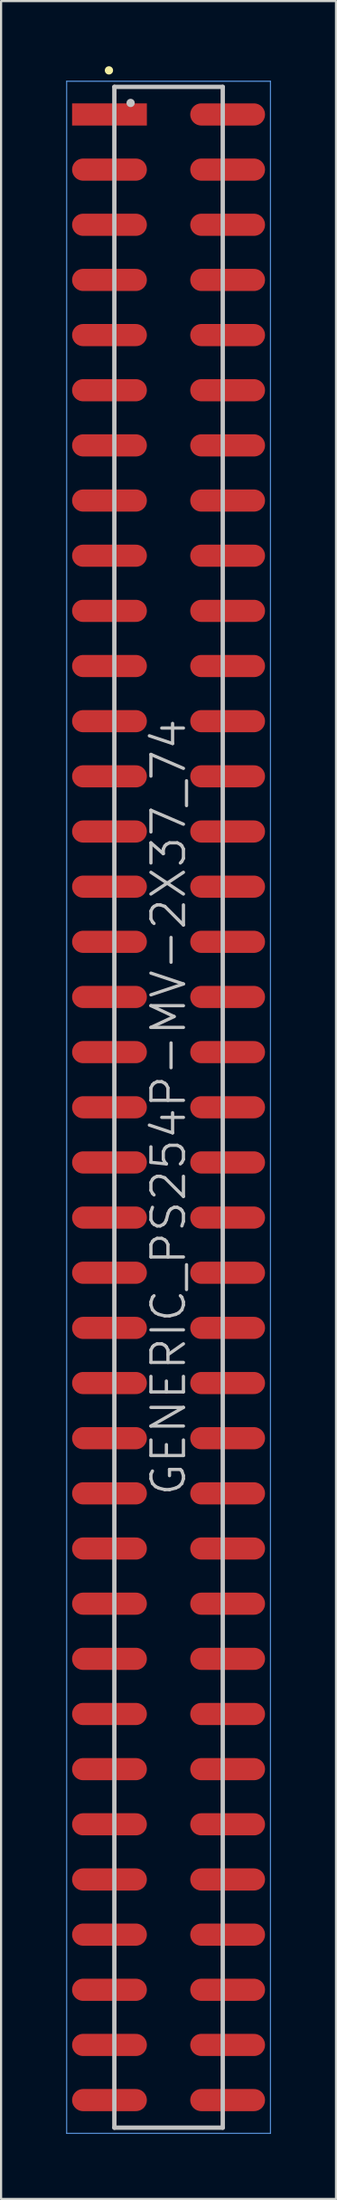
<source format=kicad_pcb>
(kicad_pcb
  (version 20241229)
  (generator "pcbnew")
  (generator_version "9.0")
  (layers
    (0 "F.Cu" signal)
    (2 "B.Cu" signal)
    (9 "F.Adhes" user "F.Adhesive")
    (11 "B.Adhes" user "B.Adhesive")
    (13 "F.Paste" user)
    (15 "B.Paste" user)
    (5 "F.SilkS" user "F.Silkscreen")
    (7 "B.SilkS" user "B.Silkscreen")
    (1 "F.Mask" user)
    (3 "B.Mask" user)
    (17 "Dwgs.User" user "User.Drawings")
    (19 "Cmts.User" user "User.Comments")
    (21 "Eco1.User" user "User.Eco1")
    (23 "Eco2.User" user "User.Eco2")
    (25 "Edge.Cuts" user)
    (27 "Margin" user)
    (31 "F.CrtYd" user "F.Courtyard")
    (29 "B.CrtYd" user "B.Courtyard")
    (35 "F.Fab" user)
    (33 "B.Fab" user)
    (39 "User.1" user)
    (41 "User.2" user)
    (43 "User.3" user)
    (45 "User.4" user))
  (footprint "GENERIC_PS254P-MV-2X37_74"
    (layer "F.Cu")
    (at 4.725 47.941)
    (property "Reference" "GENERIC_PS254P-MV-2X37_74" (at 0 0 90) (layer "Dwgs.User") (effects (font (size 1.5 1.5) (thickness 0.15))))
    (attr smd)
    (fp_line (start -2.75 -47.75) (end -2.75 -47.75) (stroke (width 0.381) (type solid)) (layer "F.SilkS"))
    (fp_line (start -2.5 -46.99) (end -2.5 46.99) (stroke (width 0.2) (type solid)) (layer "Dwgs.User"))
    (fp_line (start -2.5 -46.99) (end 2.5 -46.99) (stroke (width 0.2) (type solid)) (layer "Dwgs.User"))
    (fp_line (start -2.5 46.99) (end 2.5 46.99) (stroke (width 0.2) (type solid)) (layer "Dwgs.User"))
    (fp_line (start -1.75 -46.25) (end -1.75 -46.25) (stroke (width 0.381) (type solid)) (layer "Dwgs.User"))
    (fp_line (start 2.5 -46.99) (end 2.5 46.99) (stroke (width 0.2) (type solid)) (layer "Dwgs.User"))
    (fp_line (start -4.7 -47.25) (end -4.7 47.25) (stroke (width 0.05) (type solid)) (layer "Cmts.User"))
    (fp_line (start -4.7 -47.25) (end 4.7 -47.25) (stroke (width 0.05) (type solid)) (layer "Cmts.User"))
    (fp_line (start -4.7 47.25) (end 4.7 47.25) (stroke (width 0.05) (type solid)) (layer "Cmts.User"))
    (fp_line (start 4.7 -47.25) (end 4.7 47.25) (stroke (width 0.05) (type solid)) (layer "Cmts.User"))
    (pad "1" smd rect (at -2.725 -45.72 270) (size 1.02 3.45) (layers "F.Cu" "F.Mask" "F.Paste"))
    (pad "2" smd oval (at 2.725 -45.72 270) (size 1.02 3.45) (layers "F.Cu" "F.Mask" "F.Paste"))
    (pad "3" smd oval (at -2.725 -43.18 270) (size 1.02 3.45) (layers "F.Cu" "F.Mask" "F.Paste"))
    (pad "4" smd oval (at 2.725 -43.18 270) (size 1.02 3.45) (layers "F.Cu" "F.Mask" "F.Paste"))
    (pad "5" smd oval (at -2.725 -40.64 270) (size 1.02 3.45) (layers "F.Cu" "F.Mask" "F.Paste"))
    (pad "6" smd oval (at 2.725 -40.64 270) (size 1.02 3.45) (layers "F.Cu" "F.Mask" "F.Paste"))
    (pad "7" smd oval (at -2.725 -38.1 270) (size 1.02 3.45) (layers "F.Cu" "F.Mask" "F.Paste"))
    (pad "8" smd oval (at 2.725 -38.1 270) (size 1.02 3.45) (layers "F.Cu" "F.Mask" "F.Paste"))
    (pad "9" smd oval (at -2.725 -35.56 270) (size 1.02 3.45) (layers "F.Cu" "F.Mask" "F.Paste"))
    (pad "10" smd oval (at 2.725 -35.56 270) (size 1.02 3.45) (layers "F.Cu" "F.Mask" "F.Paste"))
    (pad "11" smd oval (at -2.725 -33.02 270) (size 1.02 3.45) (layers "F.Cu" "F.Mask" "F.Paste"))
    (pad "12" smd oval (at 2.725 -33.02 270) (size 1.02 3.45) (layers "F.Cu" "F.Mask" "F.Paste"))
    (pad "13" smd oval (at -2.725 -30.48 270) (size 1.02 3.45) (layers "F.Cu" "F.Mask" "F.Paste"))
    (pad "14" smd oval (at 2.725 -30.48 270) (size 1.02 3.45) (layers "F.Cu" "F.Mask" "F.Paste"))
    (pad "15" smd oval (at -2.725 -27.94 270) (size 1.02 3.45) (layers "F.Cu" "F.Mask" "F.Paste"))
    (pad "16" smd oval (at 2.725 -27.94 270) (size 1.02 3.45) (layers "F.Cu" "F.Mask" "F.Paste"))
    (pad "17" smd oval (at -2.725 -25.4 270) (size 1.02 3.45) (layers "F.Cu" "F.Mask" "F.Paste"))
    (pad "18" smd oval (at 2.725 -25.4 270) (size 1.02 3.45) (layers "F.Cu" "F.Mask" "F.Paste"))
    (pad "19" smd oval (at -2.725 -22.86 270) (size 1.02 3.45) (layers "F.Cu" "F.Mask" "F.Paste"))
    (pad "20" smd oval (at 2.725 -22.86 270) (size 1.02 3.45) (layers "F.Cu" "F.Mask" "F.Paste"))
    (pad "21" smd oval (at -2.725 -20.32 270) (size 1.02 3.45) (layers "F.Cu" "F.Mask" "F.Paste"))
    (pad "22" smd oval (at 2.725 -20.32 270) (size 1.02 3.45) (layers "F.Cu" "F.Mask" "F.Paste"))
    (pad "23" smd oval (at -2.725 -17.78 270) (size 1.02 3.45) (layers "F.Cu" "F.Mask" "F.Paste"))
    (pad "24" smd oval (at 2.725 -17.78 270) (size 1.02 3.45) (layers "F.Cu" "F.Mask" "F.Paste"))
    (pad "25" smd oval (at -2.725 -15.24 270) (size 1.02 3.45) (layers "F.Cu" "F.Mask" "F.Paste"))
    (pad "26" smd oval (at 2.725 -15.24 270) (size 1.02 3.45) (layers "F.Cu" "F.Mask" "F.Paste"))
    (pad "27" smd oval (at -2.725 -12.7 270) (size 1.02 3.45) (layers "F.Cu" "F.Mask" "F.Paste"))
    (pad "28" smd oval (at 2.725 -12.7 270) (size 1.02 3.45) (layers "F.Cu" "F.Mask" "F.Paste"))
    (pad "29" smd oval (at -2.725 -10.16 270) (size 1.02 3.45) (layers "F.Cu" "F.Mask" "F.Paste"))
    (pad "30" smd oval (at 2.725 -10.16 270) (size 1.02 3.45) (layers "F.Cu" "F.Mask" "F.Paste"))
    (pad "31" smd oval (at -2.725 -7.62 270) (size 1.02 3.45) (layers "F.Cu" "F.Mask" "F.Paste"))
    (pad "32" smd oval (at 2.725 -7.62 270) (size 1.02 3.45) (layers "F.Cu" "F.Mask" "F.Paste"))
    (pad "33" smd oval (at -2.725 -5.08 270) (size 1.02 3.45) (layers "F.Cu" "F.Mask" "F.Paste"))
    (pad "34" smd oval (at 2.725 -5.08 270) (size 1.02 3.45) (layers "F.Cu" "F.Mask" "F.Paste"))
    (pad "35" smd oval (at -2.725 -2.54 270) (size 1.02 3.45) (layers "F.Cu" "F.Mask" "F.Paste"))
    (pad "36" smd oval (at 2.725 -2.54 270) (size 1.02 3.45) (layers "F.Cu" "F.Mask" "F.Paste"))
    (pad "37" smd oval (at -2.725 0 270) (size 1.02 3.45) (layers "F.Cu" "F.Mask" "F.Paste"))
    (pad "38" smd oval (at 2.725 0 270) (size 1.02 3.45) (layers "F.Cu" "F.Mask" "F.Paste"))
    (pad "39" smd oval (at -2.725 2.54 270) (size 1.02 3.45) (layers "F.Cu" "F.Mask" "F.Paste"))
    (pad "40" smd oval (at 2.725 2.54 270) (size 1.02 3.45) (layers "F.Cu" "F.Mask" "F.Paste"))
    (pad "41" smd oval (at -2.725 5.08 270) (size 1.02 3.45) (layers "F.Cu" "F.Mask" "F.Paste"))
    (pad "42" smd oval (at 2.725 5.08 270) (size 1.02 3.45) (layers "F.Cu" "F.Mask" "F.Paste"))
    (pad "43" smd oval (at -2.725 7.62 270) (size 1.02 3.45) (layers "F.Cu" "F.Mask" "F.Paste"))
    (pad "44" smd oval (at 2.725 7.62 270) (size 1.02 3.45) (layers "F.Cu" "F.Mask" "F.Paste"))
    (pad "45" smd oval (at -2.725 10.16 270) (size 1.02 3.45) (layers "F.Cu" "F.Mask" "F.Paste"))
    (pad "46" smd oval (at 2.725 10.16 270) (size 1.02 3.45) (layers "F.Cu" "F.Mask" "F.Paste"))
    (pad "47" smd oval (at -2.725 12.7 270) (size 1.02 3.45) (layers "F.Cu" "F.Mask" "F.Paste"))
    (pad "48" smd oval (at 2.725 12.7 270) (size 1.02 3.45) (layers "F.Cu" "F.Mask" "F.Paste"))
    (pad "49" smd oval (at -2.725 15.24 270) (size 1.02 3.45) (layers "F.Cu" "F.Mask" "F.Paste"))
    (pad "50" smd oval (at 2.725 15.24 270) (size 1.02 3.45) (layers "F.Cu" "F.Mask" "F.Paste"))
    (pad "51" smd oval (at -2.725 17.78 270) (size 1.02 3.45) (layers "F.Cu" "F.Mask" "F.Paste"))
    (pad "52" smd oval (at 2.725 17.78 270) (size 1.02 3.45) (layers "F.Cu" "F.Mask" "F.Paste"))
    (pad "53" smd oval (at -2.725 20.32 270) (size 1.02 3.45) (layers "F.Cu" "F.Mask" "F.Paste"))
    (pad "54" smd oval (at 2.725 20.32 270) (size 1.02 3.45) (layers "F.Cu" "F.Mask" "F.Paste"))
    (pad "55" smd oval (at -2.725 22.86 270) (size 1.02 3.45) (layers "F.Cu" "F.Mask" "F.Paste"))
    (pad "56" smd oval (at 2.725 22.86 270) (size 1.02 3.45) (layers "F.Cu" "F.Mask" "F.Paste"))
    (pad "57" smd oval (at -2.725 25.4 270) (size 1.02 3.45) (layers "F.Cu" "F.Mask" "F.Paste"))
    (pad "58" smd oval (at 2.725 25.4 270) (size 1.02 3.45) (layers "F.Cu" "F.Mask" "F.Paste"))
    (pad "59" smd oval (at -2.725 27.94 270) (size 1.02 3.45) (layers "F.Cu" "F.Mask" "F.Paste"))
    (pad "60" smd oval (at 2.725 27.94 270) (size 1.02 3.45) (layers "F.Cu" "F.Mask" "F.Paste"))
    (pad "61" smd oval (at -2.725 30.48 270) (size 1.02 3.45) (layers "F.Cu" "F.Mask" "F.Paste"))
    (pad "62" smd oval (at 2.725 30.48 270) (size 1.02 3.45) (layers "F.Cu" "F.Mask" "F.Paste"))
    (pad "63" smd oval (at -2.725 33.02 270) (size 1.02 3.45) (layers "F.Cu" "F.Mask" "F.Paste"))
    (pad "64" smd oval (at 2.725 33.02 270) (size 1.02 3.45) (layers "F.Cu" "F.Mask" "F.Paste"))
    (pad "65" smd oval (at -2.725 35.56 270) (size 1.02 3.45) (layers "F.Cu" "F.Mask" "F.Paste"))
    (pad "66" smd oval (at 2.725 35.56 270) (size 1.02 3.45) (layers "F.Cu" "F.Mask" "F.Paste"))
    (pad "67" smd oval (at -2.725 38.1 270) (size 1.02 3.45) (layers "F.Cu" "F.Mask" "F.Paste"))
    (pad "68" smd oval (at 2.725 38.1 270) (size 1.02 3.45) (layers "F.Cu" "F.Mask" "F.Paste"))
    (pad "69" smd oval (at -2.725 40.64 270) (size 1.02 3.45) (layers "F.Cu" "F.Mask" "F.Paste"))
    (pad "70" smd oval (at 2.725 40.64 270) (size 1.02 3.45) (layers "F.Cu" "F.Mask" "F.Paste"))
    (pad "71" smd oval (at -2.725 43.18 270) (size 1.02 3.45) (layers "F.Cu" "F.Mask" "F.Paste"))
    (pad "72" smd oval (at 2.725 43.18 270) (size 1.02 3.45) (layers "F.Cu" "F.Mask" "F.Paste"))
    (pad "73" smd oval (at -2.725 45.72 270) (size 1.02 3.45) (layers "F.Cu" "F.Mask" "F.Paste"))
    (pad "74" smd oval (at 2.725 45.72 270) (size 1.02 3.45) (layers "F.Cu" "F.Mask" "F.Paste")))
  (gr_rect
    (start -3 -3)
    (end 12.45 98.216)
    (stroke (width 0.1) (type default))
    (fill no)
    (layer "Edge.Cuts")))
</source>
